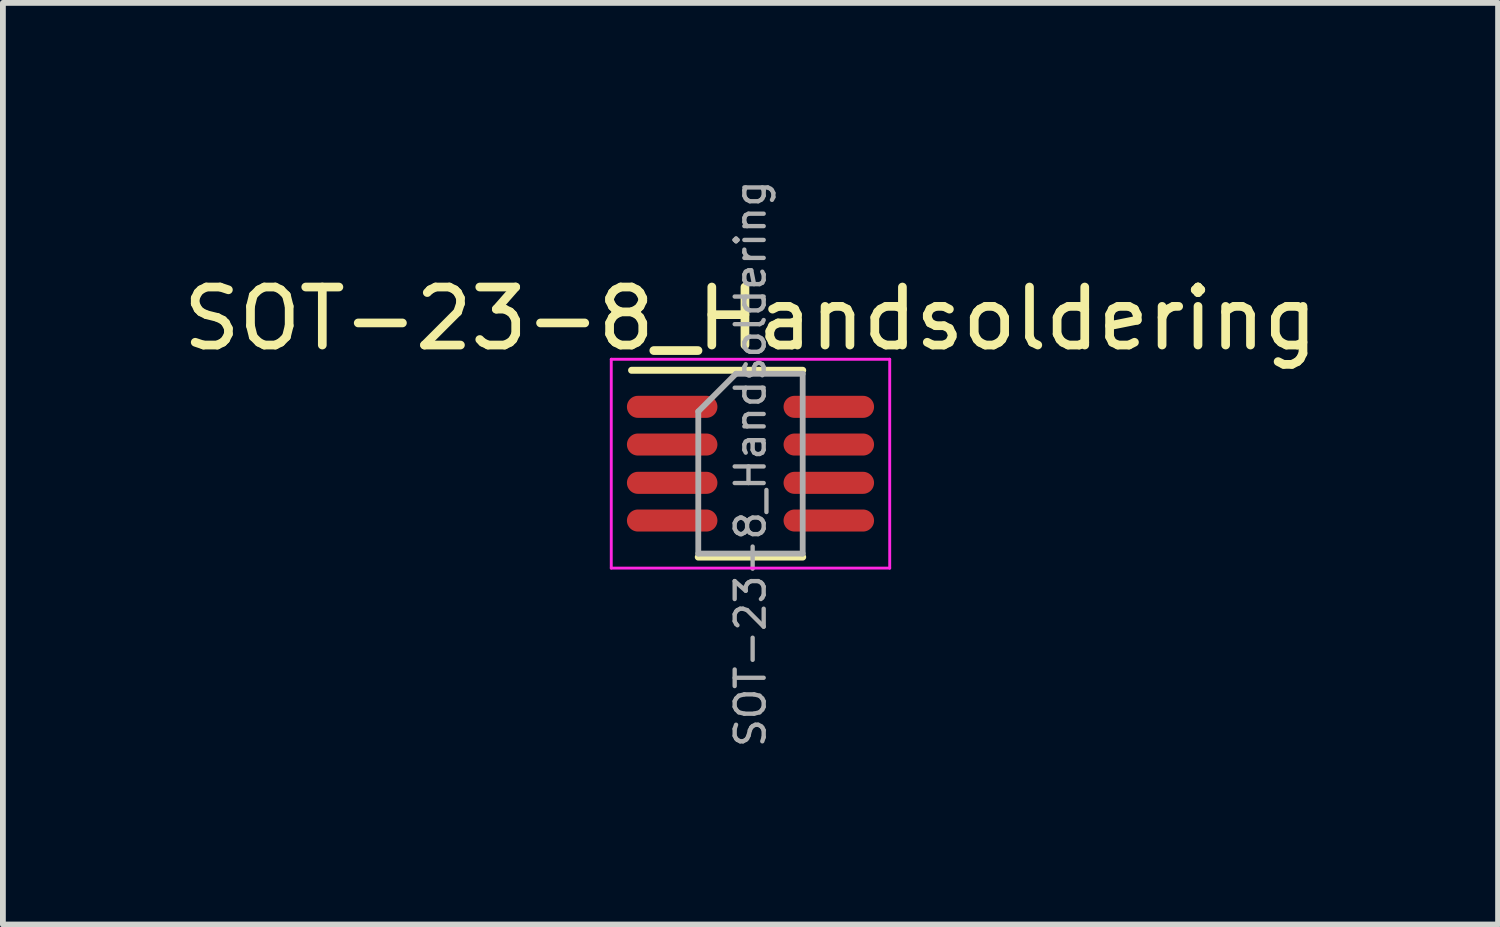
<source format=kicad_pcb>
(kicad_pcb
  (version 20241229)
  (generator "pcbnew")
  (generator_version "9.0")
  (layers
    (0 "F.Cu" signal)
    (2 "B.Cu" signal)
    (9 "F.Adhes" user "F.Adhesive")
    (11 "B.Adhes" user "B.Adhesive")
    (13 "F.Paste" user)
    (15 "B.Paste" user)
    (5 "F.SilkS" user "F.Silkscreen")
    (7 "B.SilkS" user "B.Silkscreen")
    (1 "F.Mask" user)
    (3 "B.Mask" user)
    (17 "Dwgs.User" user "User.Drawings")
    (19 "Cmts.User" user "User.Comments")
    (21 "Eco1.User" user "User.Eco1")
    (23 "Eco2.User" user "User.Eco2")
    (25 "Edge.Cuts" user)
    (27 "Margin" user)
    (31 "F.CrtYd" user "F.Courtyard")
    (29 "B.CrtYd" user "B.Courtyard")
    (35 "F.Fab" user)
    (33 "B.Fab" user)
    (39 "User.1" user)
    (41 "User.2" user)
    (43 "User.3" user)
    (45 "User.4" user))
  (footprint "SOT-23-8_Handsoldering"
    (layer "F.Cu")
    (at 9.887 4.943)
    (property "Reference" "SOT-23-8_Handsoldering" (at 0 -2.5 0) (layer "F.SilkS") (effects (font (size 1 1) (thickness 0.15))))
    (attr smd)
    (fp_line (start -0.9 1.61) (end 0.9 1.61) (stroke (width 0.12) (type solid)) (layer "F.SilkS"))
    (fp_line (start 0.9 -1.61) (end -2.05 -1.61) (stroke (width 0.12) (type solid)) (layer "F.SilkS"))
    (fp_line (start -2.4 -1.8) (end 2.4 -1.8) (stroke (width 0.05) (type solid)) (layer "F.CrtYd"))
    (fp_line (start -2.4 1.8) (end -2.4 -1.8) (stroke (width 0.05) (type solid)) (layer "F.CrtYd"))
    (fp_line (start 2.4 -1.8) (end 2.4 1.8) (stroke (width 0.05) (type solid)) (layer "F.CrtYd"))
    (fp_line (start 2.4 1.8) (end -2.4 1.8) (stroke (width 0.05) (type solid)) (layer "F.CrtYd"))
    (fp_line (start -0.9 -0.9) (end -0.9 1.55) (stroke (width 0.1) (type solid)) (layer "F.Fab"))
    (fp_line (start -0.9 -0.9) (end -0.25 -1.55) (stroke (width 0.1) (type solid)) (layer "F.Fab"))
    (fp_line (start 0.9 -1.55) (end -0.25 -1.55) (stroke (width 0.1) (type solid)) (layer "F.Fab"))
    (fp_line (start 0.9 -1.55) (end 0.9 1.55) (stroke (width 0.1) (type solid)) (layer "F.Fab"))
    (fp_line (start 0.9 1.55) (end -0.9 1.55) (stroke (width 0.1) (type solid)) (layer "F.Fab"))
    (fp_text user "${REFERENCE}" (at 0 0 90) (layer "F.Fab") (effects (font (size 0.5 0.5) (thickness 0.075))))
    (pad "1" smd oval (at -1.35 -0.98) (size 1.56 0.38) (layers "F.Cu" "F.Mask" "F.Paste"))
    (pad "2" smd oval (at -1.35 -0.33) (size 1.56 0.38) (layers "F.Cu" "F.Mask" "F.Paste"))
    (pad "3" smd oval (at -1.35 0.33) (size 1.56 0.38) (layers "F.Cu" "F.Mask" "F.Paste"))
    (pad "4" smd oval (at -1.35 0.98) (size 1.56 0.38) (layers "F.Cu" "F.Mask" "F.Paste"))
    (pad "5" smd oval (at 1.35 0.98) (size 1.56 0.38) (layers "F.Cu" "F.Mask" "F.Paste"))
    (pad "6" smd oval (at 1.35 0.33) (size 1.56 0.38) (layers "F.Cu" "F.Mask" "F.Paste"))
    (pad "7" smd oval (at 1.35 -0.33) (size 1.56 0.38) (layers "F.Cu" "F.Mask" "F.Paste"))
    (pad "8" smd oval (at 1.35 -0.98) (size 1.56 0.38) (layers "F.Cu" "F.Mask" "F.Paste")))
  (gr_rect
    (start -3 -3)
    (end 22.774 12.887)
    (stroke (width 0.1) (type default))
    (fill no)
    (layer "Edge.Cuts")))
</source>
